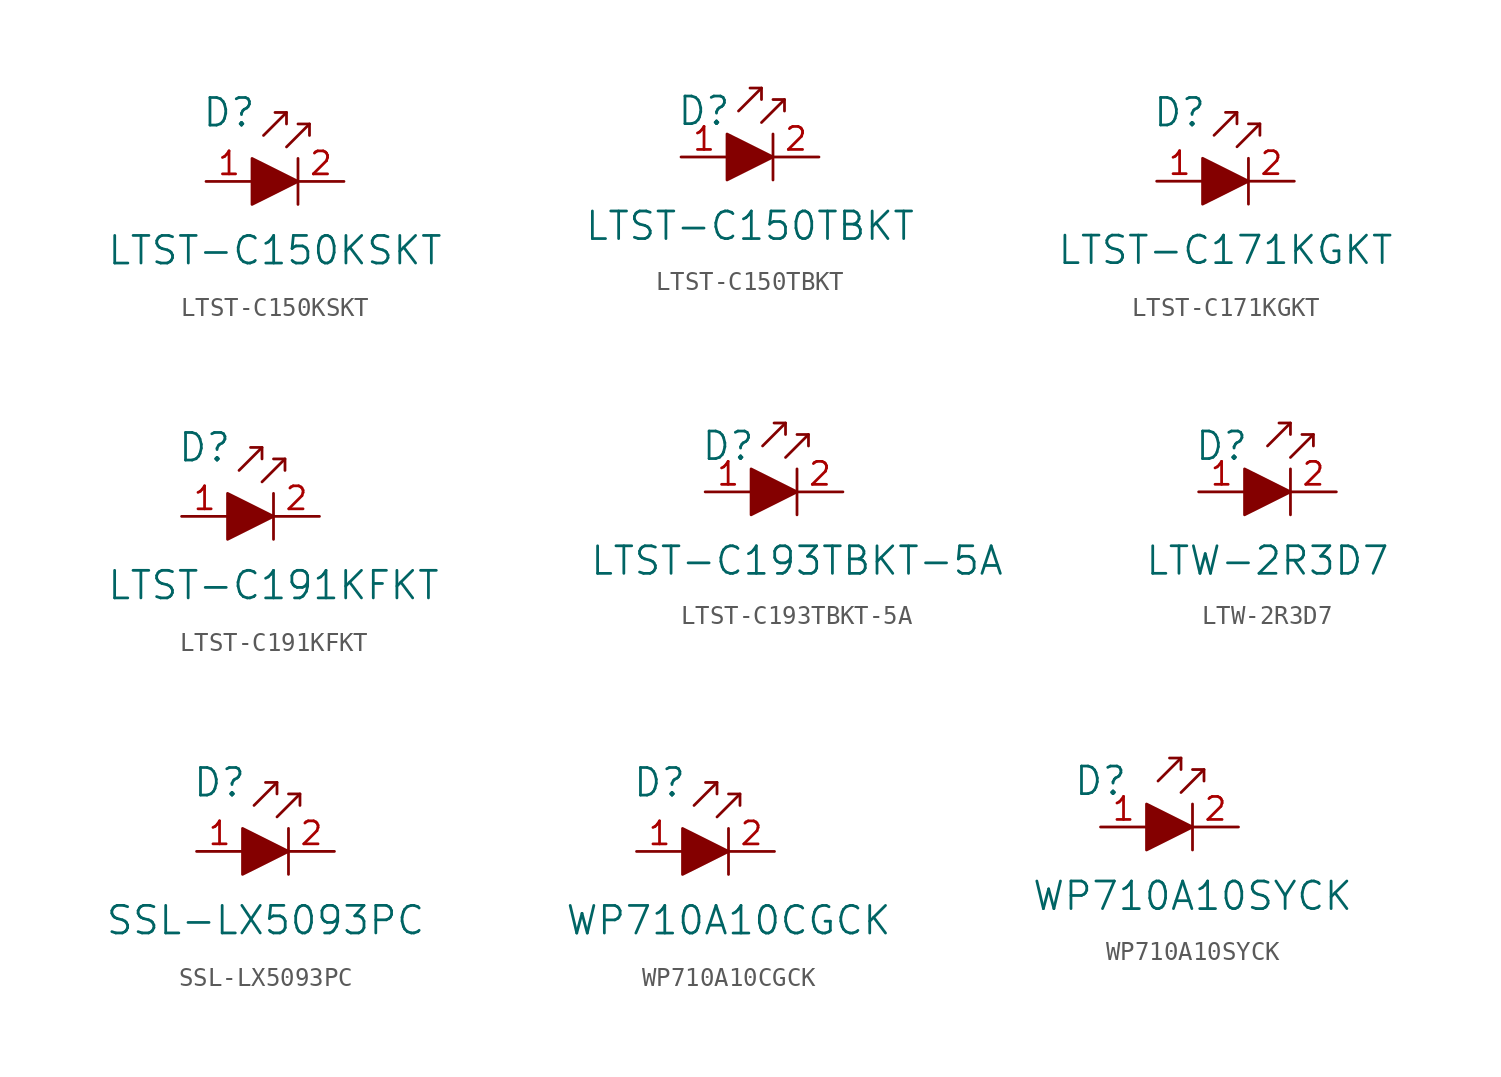
<source format=kicad_sym>
(kicad_symbol_lib
  (version 20231120)
  (generator "kicad_symbol_editor")
  (generator_version "8.0")
  (symbol "LTST-C150KSKT"
    (pin_names
      (offset 0))
    (property "Reference" "D"
      (at -3.81 3.81 0)
      (effects (font (size 1.524 1.524))))
    (property "Value" "LTST-C150KSKT"
      (at -1.27 -3.81 0)
      (effects (font (size 1.524 1.524))))
    (symbol "LTST-C150KSKT_0_1"
      (polyline (pts (xy -0.635 3.81) (xy -1.905 2.54)) (stroke (width 0) (type default)) (fill (type none)))
      (polyline (pts (xy 0 1.27) (xy 0 -1.27)) (stroke (width 0) (type default)) (fill (type none)))
      (polyline (pts (xy 0.635 3.175) (xy -0.635 1.905)) (stroke (width 0) (type default)) (fill (type none)))
      (polyline (pts (xy -1.27 3.81) (xy -0.635 3.81) (xy -0.635 3.175)) (stroke (width 0) (type default)) (fill (type none)))
      (polyline (pts (xy 0 3.175) (xy 0.635 3.175) (xy 0.635 2.54)) (stroke (width 0) (type default)) (fill (type none)))
      (polyline (pts (xy -2.54 1.27) (xy -2.54 -1.27) (xy 0 0) (xy -2.54 1.27)) (stroke (width 0) (type default)) (fill (type outline))))
    (symbol "LTST-C150KSKT_1_1"
      (pin passive line (at -5.08 0 0) (length 2.54) (name "~" (effects (font (size 1.27 1.27)))) (number "1" (effects (font (size 1.27 1.27)))))
      (pin passive line (at 2.54 0 180) (length 2.54) (name "~" (effects (font (size 1.27 1.27)))) (number "2" (effects (font (size 1.27 1.27)))))))
  (symbol "LTST-C150TBKT"
    (pin_names
      (offset 0))
    (property "Reference" "D"
      (at -3.81 2.54 0)
      (effects (font (size 1.524 1.524))))
    (property "Value" "LTST-C150TBKT"
      (at -1.27 -3.81 0)
      (effects (font (size 1.524 1.524))))
    (symbol "LTST-C150TBKT_0_1"
      (polyline (pts (xy -0.635 3.81) (xy -1.905 2.54)) (stroke (width 0) (type default)) (fill (type none)))
      (polyline (pts (xy 0 1.27) (xy 0 -1.27)) (stroke (width 0) (type default)) (fill (type none)))
      (polyline (pts (xy 0.635 3.175) (xy -0.635 1.905)) (stroke (width 0) (type default)) (fill (type none)))
      (polyline (pts (xy -1.27 3.81) (xy -0.635 3.81) (xy -0.635 3.175)) (stroke (width 0) (type default)) (fill (type none)))
      (polyline (pts (xy 0 3.175) (xy 0.635 3.175) (xy 0.635 2.54)) (stroke (width 0) (type default)) (fill (type none)))
      (polyline (pts (xy -2.54 1.27) (xy -2.54 -1.27) (xy 0 0) (xy -2.54 1.27)) (stroke (width 0) (type default)) (fill (type outline))))
    (symbol "LTST-C150TBKT_1_1"
      (pin passive line (at -5.08 0 0) (length 2.54) (name "~" (effects (font (size 1.27 1.27)))) (number "1" (effects (font (size 1.27 1.27)))))
      (pin passive line (at 2.54 0 180) (length 2.54) (name "~" (effects (font (size 1.27 1.27)))) (number "2" (effects (font (size 1.27 1.27)))))))
  (symbol "LTST-C171KGKT"
    (pin_names
      (offset 0))
    (property "Reference" "D"
      (at -3.81 3.81 0)
      (effects (font (size 1.524 1.524))))
    (property "Value" "LTST-C171KGKT"
      (at -1.27 -3.81 0)
      (effects (font (size 1.524 1.524))))
    (symbol "LTST-C171KGKT_0_1"
      (polyline (pts (xy -0.635 3.81) (xy -1.905 2.54)) (stroke (width 0) (type default)) (fill (type none)))
      (polyline (pts (xy 0 1.27) (xy 0 -1.27)) (stroke (width 0) (type default)) (fill (type none)))
      (polyline (pts (xy 0.635 3.175) (xy -0.635 1.905)) (stroke (width 0) (type default)) (fill (type none)))
      (polyline (pts (xy -1.27 3.81) (xy -0.635 3.81) (xy -0.635 3.175)) (stroke (width 0) (type default)) (fill (type none)))
      (polyline (pts (xy 0 3.175) (xy 0.635 3.175) (xy 0.635 2.54)) (stroke (width 0) (type default)) (fill (type none)))
      (polyline (pts (xy -2.54 1.27) (xy -2.54 -1.27) (xy 0 0) (xy -2.54 1.27)) (stroke (width 0) (type default)) (fill (type outline))))
    (symbol "LTST-C171KGKT_1_1"
      (pin passive line (at -5.08 0 0) (length 2.54) (name "~" (effects (font (size 1.27 1.27)))) (number "1" (effects (font (size 1.27 1.27)))))
      (pin passive line (at 2.54 0 180) (length 2.54) (name "~" (effects (font (size 1.27 1.27)))) (number "2" (effects (font (size 1.27 1.27)))))))
  (symbol "LTST-C191KFKT"
    (pin_names
      (offset 0))
    (property "Reference" "D"
      (at -3.81 3.81 0)
      (effects (font (size 1.524 1.524))))
    (property "Value" "LTST-C191KFKT"
      (at 0 -3.81 0)
      (effects (font (size 1.524 1.524))))
    (symbol "LTST-C191KFKT_0_1"
      (polyline (pts (xy -0.635 3.81) (xy -1.905 2.54)) (stroke (width 0) (type default)) (fill (type none)))
      (polyline (pts (xy 0 1.27) (xy 0 -1.27)) (stroke (width 0) (type default)) (fill (type none)))
      (polyline (pts (xy 0.635 3.175) (xy -0.635 1.905)) (stroke (width 0) (type default)) (fill (type none)))
      (polyline (pts (xy -1.27 3.81) (xy -0.635 3.81) (xy -0.635 3.175)) (stroke (width 0) (type default)) (fill (type none)))
      (polyline (pts (xy 0 3.175) (xy 0.635 3.175) (xy 0.635 2.54)) (stroke (width 0) (type default)) (fill (type none)))
      (polyline (pts (xy -2.54 1.27) (xy -2.54 -1.27) (xy 0 0) (xy -2.54 1.27)) (stroke (width 0) (type default)) (fill (type outline))))
    (symbol "LTST-C191KFKT_1_1"
      (pin passive line (at -5.08 0 0) (length 2.54) (name "~" (effects (font (size 1.27 1.27)))) (number "1" (effects (font (size 1.27 1.27)))))
      (pin passive line (at 2.54 0 180) (length 2.54) (name "~" (effects (font (size 1.27 1.27)))) (number "2" (effects (font (size 1.27 1.27)))))))
  (symbol "LTST-C193TBKT-5A"
    (pin_names
      (offset 0))
    (property "Reference" "D"
      (at -3.81 2.54 0)
      (effects (font (size 1.524 1.524))))
    (property "Value" "LTST-C193TBKT-5A"
      (at 0 -3.81 0)
      (effects (font (size 1.524 1.524))))
    (symbol "LTST-C193TBKT-5A_0_1"
      (polyline (pts (xy -0.635 3.81) (xy -1.905 2.54)) (stroke (width 0) (type default)) (fill (type none)))
      (polyline (pts (xy 0 1.27) (xy 0 -1.27)) (stroke (width 0) (type default)) (fill (type none)))
      (polyline (pts (xy 0.635 3.175) (xy -0.635 1.905)) (stroke (width 0) (type default)) (fill (type none)))
      (polyline (pts (xy -1.27 3.81) (xy -0.635 3.81) (xy -0.635 3.175)) (stroke (width 0) (type default)) (fill (type none)))
      (polyline (pts (xy 0 3.175) (xy 0.635 3.175) (xy 0.635 2.54)) (stroke (width 0) (type default)) (fill (type none)))
      (polyline (pts (xy -2.54 1.27) (xy -2.54 -1.27) (xy 0 0) (xy -2.54 1.27)) (stroke (width 0) (type default)) (fill (type outline))))
    (symbol "LTST-C193TBKT-5A_1_1"
      (pin passive line (at -5.08 0 0) (length 2.54) (name "~" (effects (font (size 1.27 1.27)))) (number "1" (effects (font (size 1.27 1.27)))))
      (pin passive line (at 2.54 0 180) (length 2.54) (name "~" (effects (font (size 1.27 1.27)))) (number "2" (effects (font (size 1.27 1.27)))))))
  (symbol "LTW-2R3D7"
    (pin_names
      (offset 0))
    (property "Reference" "D"
      (at -3.81 2.54 0)
      (effects (font (size 1.524 1.524))))
    (property "Value" "LTW-2R3D7"
      (at -1.27 -3.81 0)
      (effects (font (size 1.524 1.524))))
    (symbol "LTW-2R3D7_0_1"
      (polyline (pts (xy 0 1.27) (xy 0 -1.27)) (stroke (width 0) (type default)) (fill (type none)))
      (polyline (pts (xy 0 3.81) (xy -1.27 2.54)) (stroke (width 0) (type default)) (fill (type none)))
      (polyline (pts (xy 1.27 3.175) (xy 0 1.905)) (stroke (width 0) (type default)) (fill (type none)))
      (polyline (pts (xy -0.635 3.81) (xy 0 3.81) (xy 0 3.175)) (stroke (width 0) (type default)) (fill (type none)))
      (polyline (pts (xy 0.635 3.175) (xy 1.27 3.175) (xy 1.27 2.54)) (stroke (width 0) (type default)) (fill (type none)))
      (polyline (pts (xy -2.54 1.27) (xy -2.54 -1.27) (xy 0 0) (xy -2.54 1.27)) (stroke (width 0) (type default)) (fill (type outline))))
    (symbol "LTW-2R3D7_1_1"
      (pin passive line (at -5.08 0 0) (length 2.54) (name "~" (effects (font (size 1.27 1.27)))) (number "1" (effects (font (size 1.27 1.27)))))
      (pin passive line (at 2.54 0 180) (length 2.54) (name "~" (effects (font (size 1.27 1.27)))) (number "2" (effects (font (size 1.27 1.27)))))))
  (symbol "SSL-LX5093PC"
    (pin_names
      (offset 0))
    (property "Reference" "D"
      (at -3.81 3.81 0)
      (effects (font (size 1.524 1.524))))
    (property "Value" "SSL-LX5093PC"
      (at -1.27 -3.81 0)
      (effects (font (size 1.524 1.524))))
    (symbol "SSL-LX5093PC_0_1"
      (polyline (pts (xy -0.635 3.81) (xy -1.905 2.54)) (stroke (width 0) (type default)) (fill (type none)))
      (polyline (pts (xy 0 1.27) (xy 0 -1.27)) (stroke (width 0) (type default)) (fill (type none)))
      (polyline (pts (xy 0.635 3.175) (xy -0.635 1.905)) (stroke (width 0) (type default)) (fill (type none)))
      (polyline (pts (xy -1.27 3.81) (xy -0.635 3.81) (xy -0.635 3.175)) (stroke (width 0) (type default)) (fill (type none)))
      (polyline (pts (xy 0 3.175) (xy 0.635 3.175) (xy 0.635 2.54)) (stroke (width 0) (type default)) (fill (type none)))
      (polyline (pts (xy -2.54 1.27) (xy -2.54 -1.27) (xy 0 0) (xy -2.54 1.27)) (stroke (width 0) (type default)) (fill (type outline))))
    (symbol "SSL-LX5093PC_1_1"
      (pin passive line (at -5.08 0 0) (length 2.54) (name "~" (effects (font (size 1.27 1.27)))) (number "1" (effects (font (size 1.27 1.27)))))
      (pin passive line (at 2.54 0 180) (length 2.54) (name "~" (effects (font (size 1.27 1.27)))) (number "2" (effects (font (size 1.27 1.27)))))))
  (symbol "WP710A10CGCK"
    (pin_names
      (offset 0))
    (property "Reference" "D"
      (at -3.81 3.81 0)
      (effects (font (size 1.524 1.524))))
    (property "Value" "WP710A10CGCK"
      (at 0 -3.81 0)
      (effects (font (size 1.524 1.524))))
    (symbol "WP710A10CGCK_0_1"
      (polyline (pts (xy -0.635 3.81) (xy -1.905 2.54)) (stroke (width 0) (type default)) (fill (type none)))
      (polyline (pts (xy 0 1.27) (xy 0 -1.27)) (stroke (width 0) (type default)) (fill (type none)))
      (polyline (pts (xy 0.635 3.175) (xy -0.635 1.905)) (stroke (width 0) (type default)) (fill (type none)))
      (polyline (pts (xy -1.27 3.81) (xy -0.635 3.81) (xy -0.635 3.175)) (stroke (width 0) (type default)) (fill (type none)))
      (polyline (pts (xy 0 3.175) (xy 0.635 3.175) (xy 0.635 2.54)) (stroke (width 0) (type default)) (fill (type none)))
      (polyline (pts (xy -2.54 1.27) (xy -2.54 -1.27) (xy 0 0) (xy -2.54 1.27)) (stroke (width 0) (type default)) (fill (type outline))))
    (symbol "WP710A10CGCK_1_1"
      (pin passive line (at -5.08 0 0) (length 2.54) (name "~" (effects (font (size 1.27 1.27)))) (number "1" (effects (font (size 1.27 1.27)))))
      (pin passive line (at 2.54 0 180) (length 2.54) (name "~" (effects (font (size 1.27 1.27)))) (number "2" (effects (font (size 1.27 1.27)))))))
  (symbol "WP710A10SYCK"
    (pin_names
      (offset 0))
    (property "Reference" "D"
      (at -5.08 2.54 0)
      (effects (font (size 1.524 1.524))))
    (property "Value" "WP710A10SYCK"
      (at 0 -3.81 0)
      (effects (font (size 1.524 1.524))))
    (symbol "WP710A10SYCK_0_1"
      (polyline (pts (xy -0.635 3.81) (xy -1.905 2.54)) (stroke (width 0) (type default)) (fill (type none)))
      (polyline (pts (xy 0 1.27) (xy 0 -1.27)) (stroke (width 0) (type default)) (fill (type none)))
      (polyline (pts (xy 0.635 3.175) (xy -0.635 1.905)) (stroke (width 0) (type default)) (fill (type none)))
      (polyline (pts (xy -1.27 3.81) (xy -0.635 3.81) (xy -0.635 3.175)) (stroke (width 0) (type default)) (fill (type none)))
      (polyline (pts (xy 0 3.175) (xy 0.635 3.175) (xy 0.635 2.54)) (stroke (width 0) (type default)) (fill (type none)))
      (polyline (pts (xy -2.54 1.27) (xy -2.54 -1.27) (xy 0 0) (xy -2.54 1.27)) (stroke (width 0) (type default)) (fill (type outline))))
    (symbol "WP710A10SYCK_1_1"
      (pin passive line (at -5.08 0 0) (length 2.54) (name "~" (effects (font (size 1.27 1.27)))) (number "1" (effects (font (size 1.27 1.27)))))
      (pin passive line (at 2.54 0 180) (length 2.54) (name "~" (effects (font (size 1.27 1.27)))) (number "2" (effects (font (size 1.27 1.27))))))))
</source>
